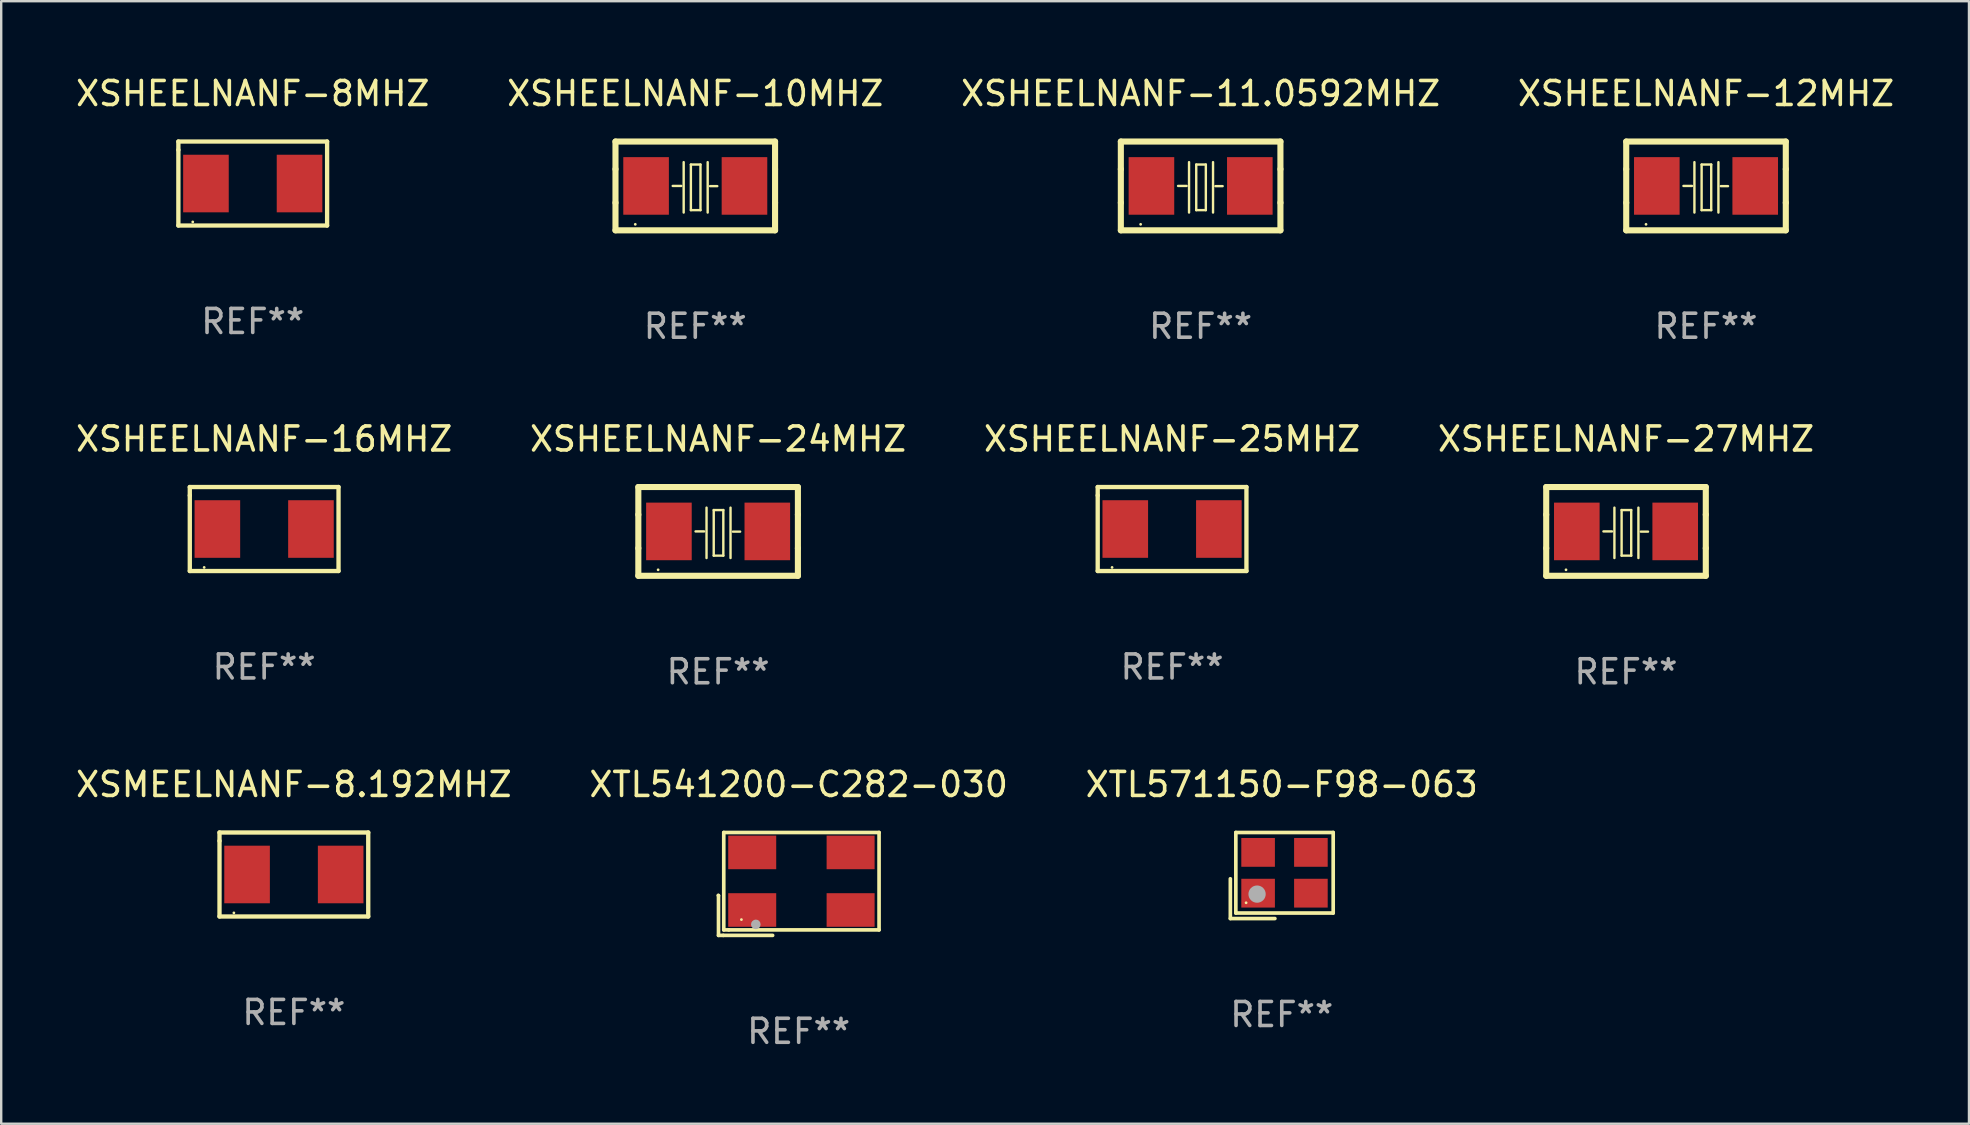
<source format=kicad_pcb>
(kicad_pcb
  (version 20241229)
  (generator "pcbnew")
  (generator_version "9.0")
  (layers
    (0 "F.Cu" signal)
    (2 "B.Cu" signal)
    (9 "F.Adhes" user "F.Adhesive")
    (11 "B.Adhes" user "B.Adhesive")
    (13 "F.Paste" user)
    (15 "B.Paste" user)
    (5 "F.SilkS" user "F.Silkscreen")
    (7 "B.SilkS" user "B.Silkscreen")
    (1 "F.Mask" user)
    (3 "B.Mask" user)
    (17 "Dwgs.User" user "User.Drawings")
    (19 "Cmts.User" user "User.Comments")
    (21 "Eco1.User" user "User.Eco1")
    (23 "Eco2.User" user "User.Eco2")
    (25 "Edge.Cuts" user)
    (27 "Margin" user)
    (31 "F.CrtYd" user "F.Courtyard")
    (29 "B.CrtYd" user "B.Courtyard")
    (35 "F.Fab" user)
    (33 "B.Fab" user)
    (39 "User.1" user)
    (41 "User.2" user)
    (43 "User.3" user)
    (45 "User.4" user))
  (footprint "XSHEELNANF-24MHZ"
    (layer "F.Cu")
    (at 26.875 19.095)
    (property "Reference" "XSHEELNANF-24MHZ" (at 0 -3.85 0) (layer "F.SilkS") (effects (font (size 1 1) (thickness 0.15))))
    (attr through_hole)
    (fp_line (start -3.325 0.7) (end -3.325 -0.7) (stroke (width 0.254) (type solid)) (layer "F.SilkS"))
    (fp_line (start -3.325 -1.85) (end 3.325 -1.85) (stroke (width 0.254) (type solid)) (layer "F.SilkS"))
    (fp_line (start -3.325 -0.7) (end -3.325 -1.85) (stroke (width 0.254) (type solid)) (layer "F.SilkS"))
    (fp_line (start -3.325 1.85) (end -3.325 0.7) (stroke (width 0.254) (type solid)) (layer "F.SilkS"))
    (fp_line (start -0.94 -0.000127) (end -0.584 -0.000127) (stroke (width 0.1) (type solid)) (layer "F.SilkS"))
    (fp_line (start -0.483 -0.991) (end -0.483 1.109) (stroke (width 0.1) (type solid)) (layer "F.SilkS"))
    (fp_line (start -0.183 -0.891) (end -0.183 1.009) (stroke (width 0.1) (type solid)) (layer "F.SilkS"))
    (fp_line (start -0.183 1.009) (end 0.217 1.009) (stroke (width 0.1) (type solid)) (layer "F.SilkS"))
    (fp_line (start 0.217 -0.891) (end -0.183 -0.891) (stroke (width 0.1) (type solid)) (layer "F.SilkS"))
    (fp_line (start 0.217 1.009) (end 0.217 -0.891) (stroke (width 0.1) (type solid)) (layer "F.SilkS"))
    (fp_line (start 0.517 -0.991) (end 0.517 1.109) (stroke (width 0.1) (type solid)) (layer "F.SilkS"))
    (fp_line (start 0.617 0.009) (end 0.917 0.009) (stroke (width 0.1) (type solid)) (layer "F.SilkS"))
    (fp_line (start 3.325 -1.85) (end 3.325 -0.7) (stroke (width 0.254) (type solid)) (layer "F.SilkS"))
    (fp_line (start 3.325 0.7) (end 3.325 1.85) (stroke (width 0.254) (type solid)) (layer "F.SilkS"))
    (fp_line (start 3.325 1.85) (end -3.325 1.85) (stroke (width 0.254) (type solid)) (layer "F.SilkS"))
    (fp_line (start 3.325 -0.7) (end 3.325 0.7) (stroke (width 0.254) (type solid)) (layer "F.SilkS"))
    (fp_circle (center -2.5 1.6) (end -2.47 1.6) (stroke (width 0.06) (type solid)) (fill no) (layer "F.SilkS"))
    (fp_text user "REF**" (at 0 5.85 0) (layer "F.Fab") (effects (font (size 1 1) (thickness 0.15))))
    (pad "1" smd rect (at -2.05 -0.000127) (size 1.9 2.4) (layers "F.Cu" "F.Mask" "F.Paste"))
    (pad "2" smd rect (at 2.05 -0.000127) (size 1.9 2.4) (layers "F.Cu" "F.Mask" "F.Paste")))
  (footprint "XTL541200-C282-030"
    (layer "F.Cu")
    (at 30.232 33.785)
    (property "Reference" "XTL541200-C282-030" (at 0 -4.144 0) (layer "F.SilkS") (effects (font (size 1 1) (thickness 0.15))))
    (attr through_hole)
    (fp_line (start -3.35 0.476) (end -3.341 0.485) (stroke (width 0.152) (type solid)) (layer "F.SilkS"))
    (fp_line (start -3.341 0.485) (end -3.341 2.144) (stroke (width 0.152) (type solid)) (layer "F.SilkS"))
    (fp_line (start -3.341 2.144) (end -3.143 2.144) (stroke (width 0.152) (type solid)) (layer "F.SilkS"))
    (fp_line (start -3.143 2.144) (end -1.085 2.144) (stroke (width 0.152) (type solid)) (layer "F.SilkS"))
    (fp_line (start -3.122 -2.144) (end 3.35 -2.144) (stroke (width 0.152) (type solid)) (layer "F.SilkS"))
    (fp_line (start -3.122 1.915) (end -3.122 -2.144) (stroke (width 0.152) (type solid)) (layer "F.SilkS"))
    (fp_line (start -2.914 1.915) (end -3.122 1.915) (stroke (width 0.152) (type solid)) (layer "F.SilkS"))
    (fp_line (start 3.35 -2.144) (end 3.35 1.915) (stroke (width 0.152) (type solid)) (layer "F.SilkS"))
    (fp_line (start 3.35 1.915) (end -2.914 1.915) (stroke (width 0.152) (type solid)) (layer "F.SilkS"))
    (fp_circle (center -2.386 1.486) (end -2.356 1.486) (stroke (width 0.06) (type solid)) (fill no) (layer "F.SilkS"))
    (fp_circle (center -1.786 1.686) (end -1.686 1.686) (stroke (width 0.2) (type solid)) (fill no) (layer "F.Fab"))
    (fp_text user "REF**" (at 0 6.144 0) (layer "F.Fab") (effects (font (size 1 1) (thickness 0.15))))
    (pad "1" smd rect (at -1.936 1.086) (size 2 1.4) (layers "F.Cu" "F.Mask" "F.Paste"))
    (pad "2" smd rect (at 2.164 1.086) (size 2 1.4) (layers "F.Cu" "F.Mask" "F.Paste"))
    (pad "3" smd rect (at 2.164 -1.314) (size 2 1.4) (layers "F.Cu" "F.Mask" "F.Paste"))
    (pad "4" smd rect (at -1.936 -1.314) (size 2 1.4) (layers "F.Cu" "F.Mask" "F.Paste")))
  (footprint "XSMEELNANF-8.192MHZ"
    (layer "F.Cu")
    (at 9.196 33.391)
    (property "Reference" "XSMEELNANF-8.192MHZ" (at 0 -3.75 0) (layer "F.SilkS") (effects (font (size 1 1) (thickness 0.15))))
    (attr through_hole)
    (fp_line (start -3.099 -1.75) (end 3.099 -1.75) (stroke (width 0.18) (type solid)) (layer "F.SilkS"))
    (fp_line (start -3.099 -1.4) (end -3.099 -1.75) (stroke (width 0.18) (type solid)) (layer "F.SilkS"))
    (fp_line (start -3.099 1.75) (end -3.099 -1.4) (stroke (width 0.18) (type solid)) (layer "F.SilkS"))
    (fp_line (start 3.099 -1.75) (end 3.099 1.75) (stroke (width 0.18) (type solid)) (layer "F.SilkS"))
    (fp_line (start 3.099 1.75) (end -3.099 1.75) (stroke (width 0.18) (type solid)) (layer "F.SilkS"))
    (fp_circle (center -2.5 1.6) (end -2.47 1.6) (stroke (width 0.06) (type solid)) (fill no) (layer "F.SilkS"))
    (fp_text user "REF**" (at 0 5.75 0) (layer "F.Fab") (effects (font (size 1 1) (thickness 0.15))))
    (pad "1" smd rect (at -1.95 0) (size 1.9 2.4) (layers "F.Cu" "F.Mask" "F.Paste"))
    (pad "2" smd rect (at 1.95 0) (size 1.9 2.4) (layers "F.Cu" "F.Mask" "F.Paste")))
  (footprint "XSHEELNANF-25MHZ"
    (layer "F.Cu")
    (at 45.792 18.995)
    (property "Reference" "XSHEELNANF-25MHZ" (at 0 -3.75 0) (layer "F.SilkS") (effects (font (size 1 1) (thickness 0.15))))
    (attr through_hole)
    (fp_line (start -3.099 -1.75) (end 3.099 -1.75) (stroke (width 0.18) (type solid)) (layer "F.SilkS"))
    (fp_line (start -3.099 -1.4) (end -3.099 -1.75) (stroke (width 0.18) (type solid)) (layer "F.SilkS"))
    (fp_line (start -3.099 1.75) (end -3.099 -1.4) (stroke (width 0.18) (type solid)) (layer "F.SilkS"))
    (fp_line (start 3.099 -1.75) (end 3.099 1.75) (stroke (width 0.18) (type solid)) (layer "F.SilkS"))
    (fp_line (start 3.099 1.75) (end -3.099 1.75) (stroke (width 0.18) (type solid)) (layer "F.SilkS"))
    (fp_circle (center -2.5 1.6) (end -2.47 1.6) (stroke (width 0.06) (type solid)) (fill no) (layer "F.SilkS"))
    (fp_text user "REF**" (at 0 5.75 0) (layer "F.Fab") (effects (font (size 1 1) (thickness 0.15))))
    (pad "1" smd rect (at -1.95 0) (size 1.9 2.4) (layers "F.Cu" "F.Mask" "F.Paste"))
    (pad "2" smd rect (at 1.95 0) (size 1.9 2.4) (layers "F.Cu" "F.Mask" "F.Paste")))
  (footprint "XSHEELNANF-10MHZ"
    (layer "F.Cu")
    (at 25.923 4.698)
    (property "Reference" "XSHEELNANF-10MHZ" (at 0 -3.85 0) (layer "F.SilkS") (effects (font (size 1 1) (thickness 0.15))))
    (attr through_hole)
    (fp_line (start -3.325 0.7) (end -3.325 -0.7) (stroke (width 0.254) (type solid)) (layer "F.SilkS"))
    (fp_line (start -3.325 -1.85) (end 3.325 -1.85) (stroke (width 0.254) (type solid)) (layer "F.SilkS"))
    (fp_line (start -3.325 -0.7) (end -3.325 -1.85) (stroke (width 0.254) (type solid)) (layer "F.SilkS"))
    (fp_line (start -3.325 1.85) (end -3.325 0.7) (stroke (width 0.254) (type solid)) (layer "F.SilkS"))
    (fp_line (start -0.94 -0.000127) (end -0.584 -0.000127) (stroke (width 0.1) (type solid)) (layer "F.SilkS"))
    (fp_line (start -0.483 -0.991) (end -0.483 1.109) (stroke (width 0.1) (type solid)) (layer "F.SilkS"))
    (fp_line (start -0.183 -0.891) (end -0.183 1.009) (stroke (width 0.1) (type solid)) (layer "F.SilkS"))
    (fp_line (start -0.183 1.009) (end 0.217 1.009) (stroke (width 0.1) (type solid)) (layer "F.SilkS"))
    (fp_line (start 0.217 -0.891) (end -0.183 -0.891) (stroke (width 0.1) (type solid)) (layer "F.SilkS"))
    (fp_line (start 0.217 1.009) (end 0.217 -0.891) (stroke (width 0.1) (type solid)) (layer "F.SilkS"))
    (fp_line (start 0.517 -0.991) (end 0.517 1.109) (stroke (width 0.1) (type solid)) (layer "F.SilkS"))
    (fp_line (start 0.617 0.009) (end 0.917 0.009) (stroke (width 0.1) (type solid)) (layer "F.SilkS"))
    (fp_line (start 3.325 -1.85) (end 3.325 -0.7) (stroke (width 0.254) (type solid)) (layer "F.SilkS"))
    (fp_line (start 3.325 0.7) (end 3.325 1.85) (stroke (width 0.254) (type solid)) (layer "F.SilkS"))
    (fp_line (start 3.325 1.85) (end -3.325 1.85) (stroke (width 0.254) (type solid)) (layer "F.SilkS"))
    (fp_line (start 3.325 -0.7) (end 3.325 0.7) (stroke (width 0.254) (type solid)) (layer "F.SilkS"))
    (fp_circle (center -2.5 1.6) (end -2.47 1.6) (stroke (width 0.06) (type solid)) (fill no) (layer "F.SilkS"))
    (fp_text user "REF**" (at 0 5.85 0) (layer "F.Fab") (effects (font (size 1 1) (thickness 0.15))))
    (pad "1" smd rect (at -2.05 -0.000127) (size 1.9 2.4) (layers "F.Cu" "F.Mask" "F.Paste"))
    (pad "2" smd rect (at 2.05 -0.000127) (size 1.9 2.4) (layers "F.Cu" "F.Mask" "F.Paste")))
  (footprint "XSHEELNANF-8MHZ"
    (layer "F.Cu")
    (at 7.482 4.598)
    (property "Reference" "XSHEELNANF-8MHZ" (at 0 -3.75 0) (layer "F.SilkS") (effects (font (size 1 1) (thickness 0.15))))
    (attr through_hole)
    (fp_line (start -3.099 -1.75) (end 3.099 -1.75) (stroke (width 0.18) (type solid)) (layer "F.SilkS"))
    (fp_line (start -3.099 -1.4) (end -3.099 -1.75) (stroke (width 0.18) (type solid)) (layer "F.SilkS"))
    (fp_line (start -3.099 1.75) (end -3.099 -1.4) (stroke (width 0.18) (type solid)) (layer "F.SilkS"))
    (fp_line (start 3.099 -1.75) (end 3.099 1.75) (stroke (width 0.18) (type solid)) (layer "F.SilkS"))
    (fp_line (start 3.099 1.75) (end -3.099 1.75) (stroke (width 0.18) (type solid)) (layer "F.SilkS"))
    (fp_circle (center -2.5 1.6) (end -2.47 1.6) (stroke (width 0.06) (type solid)) (fill no) (layer "F.SilkS"))
    (fp_text user "REF**" (at 0 5.75 0) (layer "F.Fab") (effects (font (size 1 1) (thickness 0.15))))
    (pad "1" smd rect (at -1.95 0) (size 1.9 2.4) (layers "F.Cu" "F.Mask" "F.Paste"))
    (pad "2" smd rect (at 1.95 0) (size 1.9 2.4) (layers "F.Cu" "F.Mask" "F.Paste")))
  (footprint "XSHEELNANF-12MHZ"
    (layer "F.Cu")
    (at 68.042 4.698)
    (property "Reference" "XSHEELNANF-12MHZ" (at 0 -3.85 0) (layer "F.SilkS") (effects (font (size 1 1) (thickness 0.15))))
    (attr through_hole)
    (fp_line (start -3.325 0.7) (end -3.325 -0.7) (stroke (width 0.254) (type solid)) (layer "F.SilkS"))
    (fp_line (start -3.325 -1.85) (end 3.325 -1.85) (stroke (width 0.254) (type solid)) (layer "F.SilkS"))
    (fp_line (start -3.325 -0.7) (end -3.325 -1.85) (stroke (width 0.254) (type solid)) (layer "F.SilkS"))
    (fp_line (start -3.325 1.85) (end -3.325 0.7) (stroke (width 0.254) (type solid)) (layer "F.SilkS"))
    (fp_line (start -0.94 -0.000127) (end -0.584 -0.000127) (stroke (width 0.1) (type solid)) (layer "F.SilkS"))
    (fp_line (start -0.483 -0.991) (end -0.483 1.109) (stroke (width 0.1) (type solid)) (layer "F.SilkS"))
    (fp_line (start -0.183 -0.891) (end -0.183 1.009) (stroke (width 0.1) (type solid)) (layer "F.SilkS"))
    (fp_line (start -0.183 1.009) (end 0.217 1.009) (stroke (width 0.1) (type solid)) (layer "F.SilkS"))
    (fp_line (start 0.217 -0.891) (end -0.183 -0.891) (stroke (width 0.1) (type solid)) (layer "F.SilkS"))
    (fp_line (start 0.217 1.009) (end 0.217 -0.891) (stroke (width 0.1) (type solid)) (layer "F.SilkS"))
    (fp_line (start 0.517 -0.991) (end 0.517 1.109) (stroke (width 0.1) (type solid)) (layer "F.SilkS"))
    (fp_line (start 0.617 0.009) (end 0.917 0.009) (stroke (width 0.1) (type solid)) (layer "F.SilkS"))
    (fp_line (start 3.325 -1.85) (end 3.325 -0.7) (stroke (width 0.254) (type solid)) (layer "F.SilkS"))
    (fp_line (start 3.325 0.7) (end 3.325 1.85) (stroke (width 0.254) (type solid)) (layer "F.SilkS"))
    (fp_line (start 3.325 1.85) (end -3.325 1.85) (stroke (width 0.254) (type solid)) (layer "F.SilkS"))
    (fp_line (start 3.325 -0.7) (end 3.325 0.7) (stroke (width 0.254) (type solid)) (layer "F.SilkS"))
    (fp_circle (center -2.5 1.6) (end -2.47 1.6) (stroke (width 0.06) (type solid)) (fill no) (layer "F.SilkS"))
    (fp_text user "REF**" (at 0 5.85 0) (layer "F.Fab") (effects (font (size 1 1) (thickness 0.15))))
    (pad "1" smd rect (at -2.05 -0.000127) (size 1.9 2.4) (layers "F.Cu" "F.Mask" "F.Paste"))
    (pad "2" smd rect (at 2.05 -0.000127) (size 1.9 2.4) (layers "F.Cu" "F.Mask" "F.Paste")))
  (footprint "XSHEELNANF-11.0592MHZ"
    (layer "F.Cu")
    (at 46.982 4.698)
    (property "Reference" "XSHEELNANF-11.0592MHZ" (at 0 -3.85 0) (layer "F.SilkS") (effects (font (size 1 1) (thickness 0.15))))
    (attr through_hole)
    (fp_line (start -3.325 0.7) (end -3.325 -0.7) (stroke (width 0.254) (type solid)) (layer "F.SilkS"))
    (fp_line (start -3.325 -1.85) (end 3.325 -1.85) (stroke (width 0.254) (type solid)) (layer "F.SilkS"))
    (fp_line (start -3.325 -0.7) (end -3.325 -1.85) (stroke (width 0.254) (type solid)) (layer "F.SilkS"))
    (fp_line (start -3.325 1.85) (end -3.325 0.7) (stroke (width 0.254) (type solid)) (layer "F.SilkS"))
    (fp_line (start -0.94 -0.000127) (end -0.584 -0.000127) (stroke (width 0.1) (type solid)) (layer "F.SilkS"))
    (fp_line (start -0.483 -0.991) (end -0.483 1.109) (stroke (width 0.1) (type solid)) (layer "F.SilkS"))
    (fp_line (start -0.183 -0.891) (end -0.183 1.009) (stroke (width 0.1) (type solid)) (layer "F.SilkS"))
    (fp_line (start -0.183 1.009) (end 0.217 1.009) (stroke (width 0.1) (type solid)) (layer "F.SilkS"))
    (fp_line (start 0.217 -0.891) (end -0.183 -0.891) (stroke (width 0.1) (type solid)) (layer "F.SilkS"))
    (fp_line (start 0.217 1.009) (end 0.217 -0.891) (stroke (width 0.1) (type solid)) (layer "F.SilkS"))
    (fp_line (start 0.517 -0.991) (end 0.517 1.109) (stroke (width 0.1) (type solid)) (layer "F.SilkS"))
    (fp_line (start 0.617 0.009) (end 0.917 0.009) (stroke (width 0.1) (type solid)) (layer "F.SilkS"))
    (fp_line (start 3.325 -1.85) (end 3.325 -0.7) (stroke (width 0.254) (type solid)) (layer "F.SilkS"))
    (fp_line (start 3.325 0.7) (end 3.325 1.85) (stroke (width 0.254) (type solid)) (layer "F.SilkS"))
    (fp_line (start 3.325 1.85) (end -3.325 1.85) (stroke (width 0.254) (type solid)) (layer "F.SilkS"))
    (fp_line (start 3.325 -0.7) (end 3.325 0.7) (stroke (width 0.254) (type solid)) (layer "F.SilkS"))
    (fp_circle (center -2.5 1.6) (end -2.47 1.6) (stroke (width 0.06) (type solid)) (fill no) (layer "F.SilkS"))
    (fp_text user "REF**" (at 0 5.85 0) (layer "F.Fab") (effects (font (size 1 1) (thickness 0.15))))
    (pad "1" smd rect (at -2.05 -0.000127) (size 1.9 2.4) (layers "F.Cu" "F.Mask" "F.Paste"))
    (pad "2" smd rect (at 2.05 -0.000127) (size 1.9 2.4) (layers "F.Cu" "F.Mask" "F.Paste")))
  (footprint "XSHEELNANF-16MHZ"
    (layer "F.Cu")
    (at 7.958 18.995)
    (property "Reference" "XSHEELNANF-16MHZ" (at 0 -3.75 0) (layer "F.SilkS") (effects (font (size 1 1) (thickness 0.15))))
    (attr through_hole)
    (fp_line (start -3.099 -1.75) (end 3.099 -1.75) (stroke (width 0.18) (type solid)) (layer "F.SilkS"))
    (fp_line (start -3.099 -1.4) (end -3.099 -1.75) (stroke (width 0.18) (type solid)) (layer "F.SilkS"))
    (fp_line (start -3.099 1.75) (end -3.099 -1.4) (stroke (width 0.18) (type solid)) (layer "F.SilkS"))
    (fp_line (start 3.099 -1.75) (end 3.099 1.75) (stroke (width 0.18) (type solid)) (layer "F.SilkS"))
    (fp_line (start 3.099 1.75) (end -3.099 1.75) (stroke (width 0.18) (type solid)) (layer "F.SilkS"))
    (fp_circle (center -2.5 1.6) (end -2.47 1.6) (stroke (width 0.06) (type solid)) (fill no) (layer "F.SilkS"))
    (fp_text user "REF**" (at 0 5.75 0) (layer "F.Fab") (effects (font (size 1 1) (thickness 0.15))))
    (pad "1" smd rect (at -1.95 0) (size 1.9 2.4) (layers "F.Cu" "F.Mask" "F.Paste"))
    (pad "2" smd rect (at 1.95 0) (size 1.9 2.4) (layers "F.Cu" "F.Mask" "F.Paste")))
  (footprint "XTL571150-F98-063"
    (layer "F.Cu")
    (at 50.363 33.434)
    (property "Reference" "XTL571150-F98-063" (at 0 -3.793 0) (layer "F.SilkS") (effects (font (size 1 1) (thickness 0.15))))
    (attr through_hole)
    (fp_line (start -2.143 0.136) (end -2.143 1.793) (stroke (width 0.152) (type solid)) (layer "F.SilkS"))
    (fp_line (start -2.143 1.793) (end -0.286 1.793) (stroke (width 0.152) (type solid)) (layer "F.SilkS"))
    (fp_line (start -1.914 -1.793) (end 2.143 -1.793) (stroke (width 0.152) (type solid)) (layer "F.SilkS"))
    (fp_line (start -1.914 1.564) (end -1.914 -1.793) (stroke (width 0.152) (type solid)) (layer "F.SilkS"))
    (fp_line (start 2.143 -1.793) (end 2.143 1.564) (stroke (width 0.152) (type solid)) (layer "F.SilkS"))
    (fp_line (start 2.143 1.564) (end -1.914 1.564) (stroke (width 0.152) (type solid)) (layer "F.SilkS"))
    (fp_circle (center -1.486 1.136) (end -1.456 1.136) (stroke (width 0.06) (type solid)) (fill no) (layer "F.SilkS"))
    (fp_circle (center -1.029 0.775) (end -0.849 0.775) (stroke (width 0.36) (type solid)) (fill no) (layer "F.Fab"))
    (fp_text user "REF**" (at 0 5.793 0) (layer "F.Fab") (effects (font (size 1 1) (thickness 0.15))))
    (pad "1" smd rect (at -0.986 0.736) (size 1.4 1.2) (layers "F.Cu" "F.Mask" "F.Paste"))
    (pad "2" smd rect (at 1.214 0.736) (size 1.4 1.2) (layers "F.Cu" "F.Mask" "F.Paste"))
    (pad "3" smd rect (at 1.214 -0.964) (size 1.4 1.2) (layers "F.Cu" "F.Mask" "F.Paste"))
    (pad "4" smd rect (at -0.986 -0.964) (size 1.4 1.2) (layers "F.Cu" "F.Mask" "F.Paste")))
  (footprint "XSHEELNANF-27MHZ"
    (layer "F.Cu")
    (at 64.708 19.095)
    (property "Reference" "XSHEELNANF-27MHZ" (at 0 -3.85 0) (layer "F.SilkS") (effects (font (size 1 1) (thickness 0.15))))
    (attr through_hole)
    (fp_line (start -3.325 0.7) (end -3.325 -0.7) (stroke (width 0.254) (type solid)) (layer "F.SilkS"))
    (fp_line (start -3.325 -1.85) (end 3.325 -1.85) (stroke (width 0.254) (type solid)) (layer "F.SilkS"))
    (fp_line (start -3.325 -0.7) (end -3.325 -1.85) (stroke (width 0.254) (type solid)) (layer "F.SilkS"))
    (fp_line (start -3.325 1.85) (end -3.325 0.7) (stroke (width 0.254) (type solid)) (layer "F.SilkS"))
    (fp_line (start -0.94 -0.000127) (end -0.584 -0.000127) (stroke (width 0.1) (type solid)) (layer "F.SilkS"))
    (fp_line (start -0.483 -0.991) (end -0.483 1.109) (stroke (width 0.1) (type solid)) (layer "F.SilkS"))
    (fp_line (start -0.183 -0.891) (end -0.183 1.009) (stroke (width 0.1) (type solid)) (layer "F.SilkS"))
    (fp_line (start -0.183 1.009) (end 0.217 1.009) (stroke (width 0.1) (type solid)) (layer "F.SilkS"))
    (fp_line (start 0.217 -0.891) (end -0.183 -0.891) (stroke (width 0.1) (type solid)) (layer "F.SilkS"))
    (fp_line (start 0.217 1.009) (end 0.217 -0.891) (stroke (width 0.1) (type solid)) (layer "F.SilkS"))
    (fp_line (start 0.517 -0.991) (end 0.517 1.109) (stroke (width 0.1) (type solid)) (layer "F.SilkS"))
    (fp_line (start 0.617 0.009) (end 0.917 0.009) (stroke (width 0.1) (type solid)) (layer "F.SilkS"))
    (fp_line (start 3.325 -1.85) (end 3.325 -0.7) (stroke (width 0.254) (type solid)) (layer "F.SilkS"))
    (fp_line (start 3.325 0.7) (end 3.325 1.85) (stroke (width 0.254) (type solid)) (layer "F.SilkS"))
    (fp_line (start 3.325 1.85) (end -3.325 1.85) (stroke (width 0.254) (type solid)) (layer "F.SilkS"))
    (fp_line (start 3.325 -0.7) (end 3.325 0.7) (stroke (width 0.254) (type solid)) (layer "F.SilkS"))
    (fp_circle (center -2.5 1.6) (end -2.47 1.6) (stroke (width 0.06) (type solid)) (fill no) (layer "F.SilkS"))
    (fp_text user "REF**" (at 0 5.85 0) (layer "F.Fab") (effects (font (size 1 1) (thickness 0.15))))
    (pad "1" smd rect (at -2.05 -0.000127) (size 1.9 2.4) (layers "F.Cu" "F.Mask" "F.Paste"))
    (pad "2" smd rect (at 2.05 -0.000127) (size 1.9 2.4) (layers "F.Cu" "F.Mask" "F.Paste")))
  (gr_rect
    (start -3 -3)
    (end 79 43.777)
    (stroke (width 0.1) (type default))
    (fill no)
    (layer "Edge.Cuts")))
</source>
